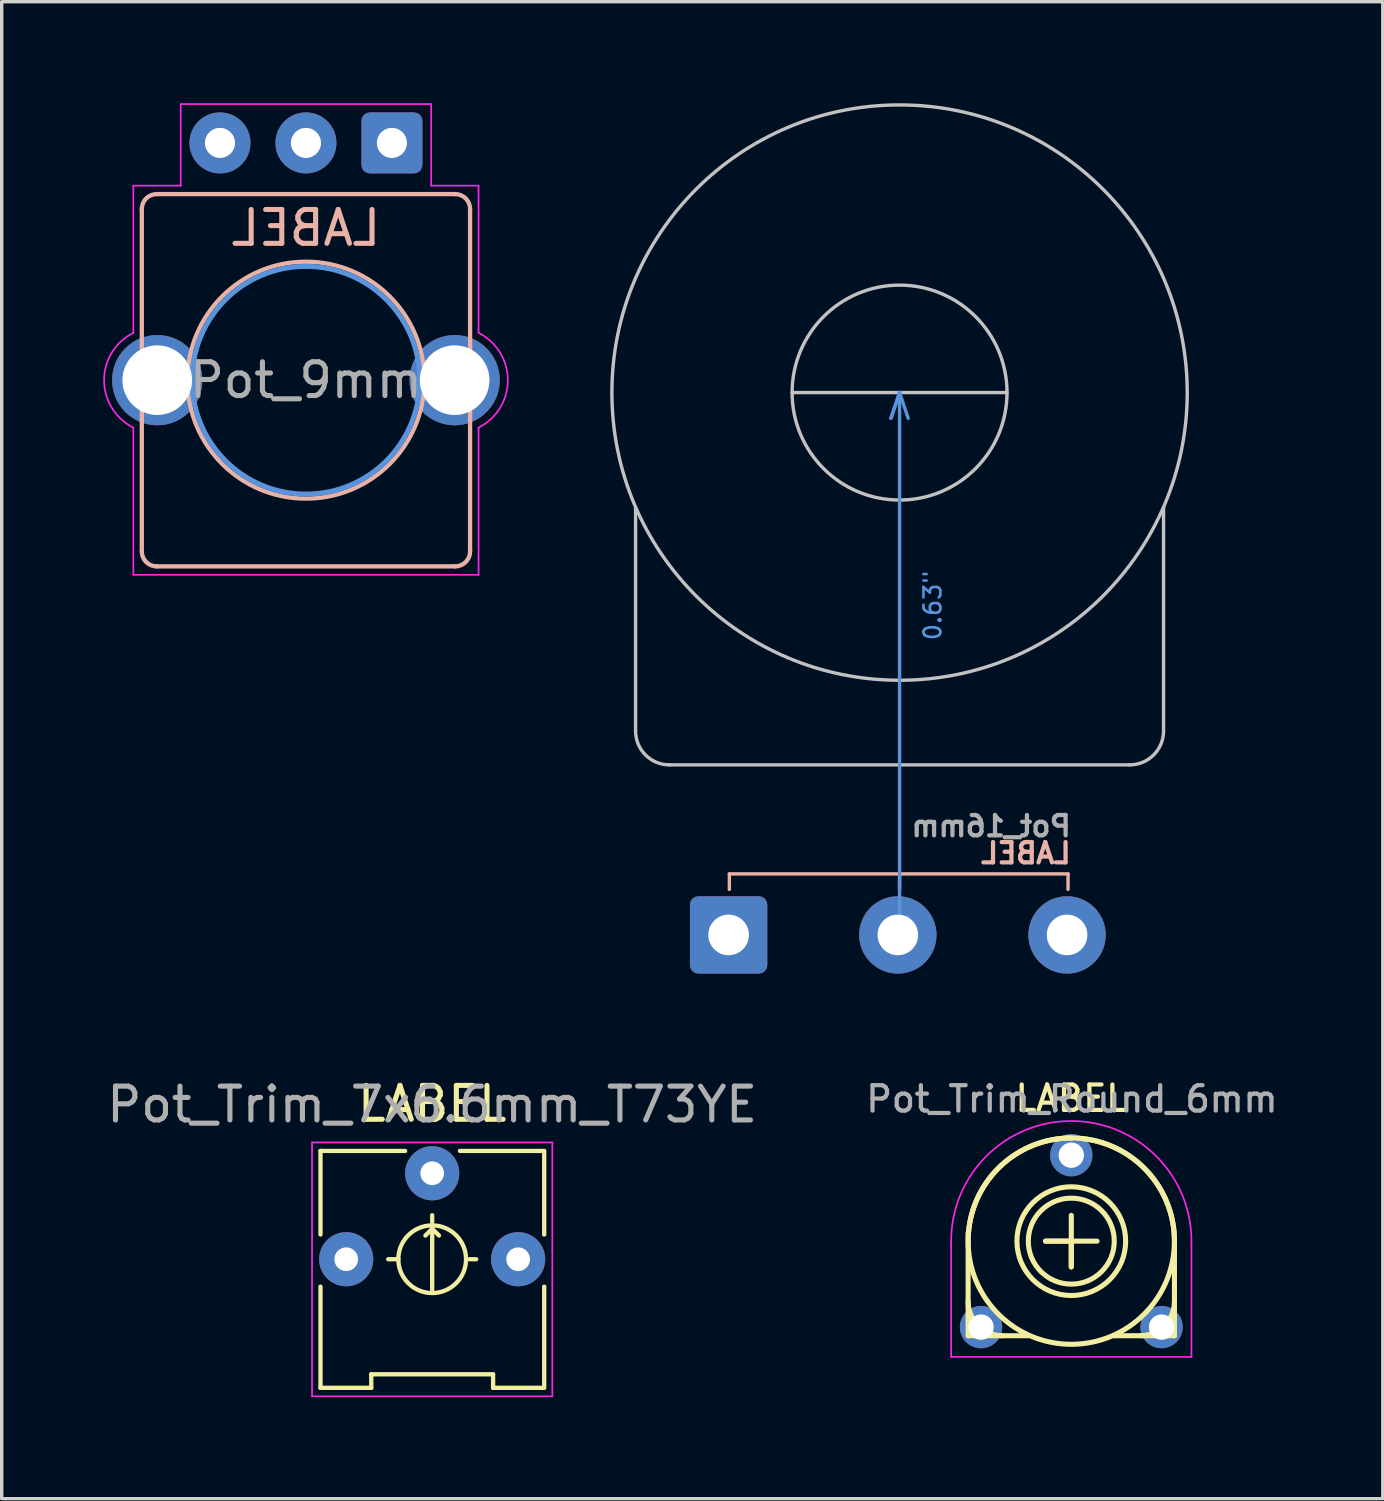
<source format=kicad_pcb>
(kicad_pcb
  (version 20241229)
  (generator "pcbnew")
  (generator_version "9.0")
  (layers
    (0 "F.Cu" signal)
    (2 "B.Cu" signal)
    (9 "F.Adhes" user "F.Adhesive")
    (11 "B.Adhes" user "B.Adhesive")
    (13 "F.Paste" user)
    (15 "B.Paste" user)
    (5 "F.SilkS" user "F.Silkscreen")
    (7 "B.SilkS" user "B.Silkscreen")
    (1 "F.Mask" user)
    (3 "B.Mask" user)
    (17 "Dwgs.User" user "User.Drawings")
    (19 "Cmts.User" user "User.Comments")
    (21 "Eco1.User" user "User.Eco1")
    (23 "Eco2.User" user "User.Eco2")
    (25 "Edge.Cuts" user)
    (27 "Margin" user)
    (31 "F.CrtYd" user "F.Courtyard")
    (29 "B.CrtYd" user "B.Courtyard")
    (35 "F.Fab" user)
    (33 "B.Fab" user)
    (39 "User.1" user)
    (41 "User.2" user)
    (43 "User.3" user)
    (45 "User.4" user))
  (footprint "Pot_Trim_7x6.6mm_T73YE"
    (layer "F.Cu")
    (at 9.72 34.157)
    (property "Reference" "Pot_Trim_7x6.6mm_T73YE" (at 0 -4.57 0) (layer "F.Fab") (effects (font (size 1 1) (thickness 0.15))))
    (property "Label" "LABEL" (at 0 -4.59 0) (layer "F.SilkS") (effects (font (size 1 1) (thickness 0.15))))
    (attr through_hole)
    (fp_line (start -3.3 -3.2) (end -3.3 -0.73) (stroke (width 0.127) (type solid)) (layer "F.SilkS"))
    (fp_line (start -3.3 0.81) (end -3.3 3.8) (stroke (width 0.127) (type solid)) (layer "F.SilkS"))
    (fp_line (start -3.3 3.8) (end -1.8 3.8) (stroke (width 0.127) (type solid)) (layer "F.SilkS"))
    (fp_line (start -1.8 3.4) (end 1.8 3.4) (stroke (width 0.127) (type solid)) (layer "F.SilkS"))
    (fp_line (start -1.8 3.8) (end -1.8 3.4) (stroke (width 0.127) (type solid)) (layer "F.SilkS"))
    (fp_line (start -1 0) (end -1.3 0) (stroke (width 0.127) (type solid)) (layer "F.SilkS"))
    (fp_line (start -0.8 -3.2) (end -3.3 -3.2) (stroke (width 0.127) (type solid)) (layer "F.SilkS"))
    (fp_line (start 0 -1.1) (end 0 -1.3) (stroke (width 0.127) (type solid)) (layer "F.SilkS"))
    (fp_line (start 0 -0.9) (end -0.2 -0.7) (stroke (width 0.127) (type solid)) (layer "F.SilkS"))
    (fp_line (start 0 -0.9) (end 0.2 -0.7) (stroke (width 0.127) (type solid)) (layer "F.SilkS"))
    (fp_line (start 0 0.9) (end 0 -0.9) (stroke (width 0.127) (type solid)) (layer "F.SilkS"))
    (fp_line (start 1.1 0) (end 1.3 0) (stroke (width 0.127) (type solid)) (layer "F.SilkS"))
    (fp_line (start 1.8 3.4) (end 1.8 3.8) (stroke (width 0.127) (type solid)) (layer "F.SilkS"))
    (fp_line (start 1.8 3.8) (end 3.3 3.8) (stroke (width 0.127) (type solid)) (layer "F.SilkS"))
    (fp_line (start 3.3 -3.2) (end 0.82 -3.2) (stroke (width 0.127) (type solid)) (layer "F.SilkS"))
    (fp_line (start 3.31 -3.2) (end 3.31 -0.73) (stroke (width 0.127) (type solid)) (layer "F.SilkS"))
    (fp_line (start 3.31 0.81) (end 3.31 3.8) (stroke (width 0.127) (type solid)) (layer "F.SilkS"))
    (fp_circle (center 0 0) (end 1 0) (stroke (width 0.127) (type solid)) (fill no) (layer "F.SilkS"))
    (fp_line (start -3.55 -3.45) (end -3.55 4.05) (stroke (width 0.05) (type solid)) (layer "F.CrtYd"))
    (fp_line (start -3.55 4.05) (end 3.55 4.05) (stroke (width 0.05) (type solid)) (layer "F.CrtYd"))
    (fp_line (start 3.55 -3.45) (end -3.55 -3.45) (stroke (width 0.05) (type solid)) (layer "F.CrtYd"))
    (fp_line (start 3.55 4.05) (end 3.55 -3.45) (stroke (width 0.05) (type solid)) (layer "F.CrtYd"))
    (pad "1" thru_hole circle (at -2.54 0) (size 1.6 1.6) (drill 0.7) (layers "*.Cu" "*.Mask"))
    (pad "2" thru_hole circle (at 0 -2.54) (size 1.6 1.6) (drill 0.7) (layers "*.Cu" "*.Mask"))
    (pad "3" thru_hole circle (at 2.54 0) (size 1.6 1.6) (drill 0.7) (layers "*.Cu" "*.Mask")))
  (footprint "Pot_Trim_Round_6mm"
    (layer "F.Cu")
    (at 28.604 33.623)
    (property "Reference" "Pot_Trim_Round_6mm" (at 0.02 -3.76 0) (layer "F.Fab") (effects (font (size 0.75 0.75) (thickness 0.125)) (justify bottom)))
    (property "Label" "LABEL" (at 0 -3.78 0) (layer "F.SilkS") (effects (font (size 0.75 0.75) (thickness 0.125)) (justify bottom)))
    (attr through_hole)
    (fp_line (start -3.048 2.794) (end -3.048 -0.254) (stroke (width 0.15) (type solid)) (layer "F.SilkS"))
    (fp_line (start -3.048 2.794) (end -1.27 2.794) (stroke (width 0.15) (type solid)) (layer "F.SilkS"))
    (fp_line (start -1.27 2.794) (end -1.27 2.794) (stroke (width 0.15) (type solid)) (layer "F.SilkS"))
    (fp_line (start -0.762 0) (end 0.762 0) (stroke (width 0.15) (type solid)) (layer "F.SilkS"))
    (fp_line (start 0 -0.762) (end 0 0.762) (stroke (width 0.15) (type solid)) (layer "F.SilkS"))
    (fp_line (start 0 0) (end -0.762 0) (stroke (width 0.15) (type solid)) (layer "F.SilkS"))
    (fp_line (start 0 0.762) (end 0 0) (stroke (width 0.15) (type solid)) (layer "F.SilkS"))
    (fp_line (start 1.27 2.794) (end 1.27 2.794) (stroke (width 0.15) (type solid)) (layer "F.SilkS"))
    (fp_line (start 3.048 0) (end 3.048 2.54) (stroke (width 0.15) (type solid)) (layer "F.SilkS"))
    (fp_line (start 3.048 2.54) (end 3.048 2.794) (stroke (width 0.15) (type solid)) (layer "F.SilkS"))
    (fp_line (start 3.048 2.794) (end 1.27 2.794) (stroke (width 0.15) (type solid)) (layer "F.SilkS"))
    (fp_arc (start -3.037471 -0.253123) (mid -2.063829 -2.242969) (end 0 -3.048) (stroke (width 0.15) (type solid)) (layer "F.SilkS"))
    (fp_arc (start -2.032 2.794) (mid -2.75042 2.49642) (end -3.048 1.778) (stroke (width 0.15) (type solid)) (layer "F.SilkS"))
    (fp_arc (start 0 -3.048) (mid 2.155261 -2.155261) (end 3.048 0) (stroke (width 0.15) (type solid)) (layer "F.SilkS"))
    (fp_arc (start 0.253123 -3.037471) (mid -0.126671 3.045366) (end 0 -3.048) (stroke (width 0.15) (type solid)) (layer "F.SilkS"))
    (fp_arc (start 3.048 1.778) (mid 2.75042 2.49642) (end 2.032 2.794) (stroke (width 0.15) (type solid)) (layer "F.SilkS"))
    (fp_circle (center 0 0) (end 0.508 1.524) (stroke (width 0.15) (type solid)) (fill no) (layer "F.SilkS"))
    (fp_circle (center 0 0) (end 0.762 1.016) (stroke (width 0.15) (type solid)) (fill no) (layer "F.SilkS"))
    (fp_line (start -3.55 3.42) (end -3.55 0) (stroke (width 0.05) (type solid)) (layer "F.CrtYd"))
    (fp_line (start -3.55 3.42) (end 3.55 3.42) (stroke (width 0.05) (type solid)) (layer "F.CrtYd"))
    (fp_line (start 3.55 3.42) (end 3.55 0) (stroke (width 0.05) (type solid)) (layer "F.CrtYd"))
    (fp_arc (start -3.55 0) (mid 0 -3.55) (end 3.55 0) (stroke (width 0.05) (type solid)) (layer "F.CrtYd"))
    (pad "1" thru_hole circle (at -2.667 2.54) (size 1.25 1.25) (drill 0.75) (layers "*.Cu" "*.Mask"))
    (pad "2" thru_hole circle (at 0 -2.54) (size 1.25 1.25) (drill 0.75) (layers "*.Cu" "*.Mask"))
    (pad "3" thru_hole circle (at 2.667 2.54) (size 1.25 1.25) (drill 0.75) (layers "*.Cu" "*.Mask")))
  (footprint "Pot_9mm"
    (layer "F.Cu")
    (at 5.99 8.185)
    (property "Reference" "Pot_9mm" (at -0.000163 -0.002 0) (layer "F.Fab") (effects (font (size 1 1) (thickness 0.15))))
    (property "Label" "LABEL" (at 0 -4.5 0) (layer "B.SilkS") (effects (font (size 1 1) (thickness 0.15)) (justify mirror)))
    (attr through_hole)
    (fp_line (start -4.85 -5.06) (end -4.85 5.06) (stroke (width 0.127) (type solid)) (layer "B.SilkS"))
    (fp_line (start -4.41 5.5) (end 4.41 5.5) (stroke (width 0.127) (type solid)) (layer "B.SilkS"))
    (fp_line (start 4.41 -5.5) (end -4.41 -5.5) (stroke (width 0.127) (type solid)) (layer "B.SilkS"))
    (fp_line (start 4.85 5.06) (end 4.85 -5.06) (stroke (width 0.127) (type solid)) (layer "B.SilkS"))
    (fp_arc (start -4.849887 -5.050018) (mid -4.724637 -5.367578) (end -4.41 -5.5) (stroke (width 0.127) (type solid)) (layer "B.SilkS"))
    (fp_arc (start -4.400018 5.499887) (mid -4.717578 5.374637) (end -4.85 5.06) (stroke (width 0.127) (type solid)) (layer "B.SilkS"))
    (fp_arc (start 4.400018 -5.499887) (mid 4.717577 -5.374636) (end 4.85 -5.06) (stroke (width 0.127) (type solid)) (layer "B.SilkS"))
    (fp_arc (start 4.849887 5.050018) (mid 4.724636 5.367577) (end 4.41 5.5) (stroke (width 0.127) (type solid)) (layer "B.SilkS"))
    (fp_circle (center -0.000163 -0.002) (end 3.5 -0.002) (stroke (width 0.127) (type solid)) (fill no) (layer "B.SilkS"))
    (fp_circle (center 0 0) (end -3.365 0) (stroke (width 0.15) (type solid)) (fill no) (layer "Cmts.User"))
    (fp_line (start -5.1 -5.75) (end -5.1 -1.4) (stroke (width 0.05) (type solid)) (layer "F.CrtYd"))
    (fp_line (start -5.1 1.4) (end -5.1 5.75) (stroke (width 0.05) (type solid)) (layer "F.CrtYd"))
    (fp_line (start -5.1 5.75) (end 5.1 5.75) (stroke (width 0.05) (type solid)) (layer "F.CrtYd"))
    (fp_line (start -3.7 -8.16) (end -3.7 -5.75) (stroke (width 0.05) (type solid)) (layer "F.CrtYd"))
    (fp_line (start -3.7 -5.75) (end -5.1 -5.75) (stroke (width 0.05) (type solid)) (layer "F.CrtYd"))
    (fp_line (start 3.7 -8.16) (end -3.7 -8.16) (stroke (width 0.05) (type solid)) (layer "F.CrtYd"))
    (fp_line (start 3.7 -5.75) (end 3.7 -8.16) (stroke (width 0.05) (type solid)) (layer "F.CrtYd"))
    (fp_line (start 5.1 -5.75) (end 3.7 -5.75) (stroke (width 0.05) (type solid)) (layer "F.CrtYd"))
    (fp_line (start 5.1 -1.4) (end 5.1 -5.75) (stroke (width 0.05) (type solid)) (layer "F.CrtYd"))
    (fp_line (start 5.1 5.75) (end 5.1 1.4) (stroke (width 0.05) (type solid)) (layer "F.CrtYd"))
    (fp_arc (start -5.099264 1.400368) (mid -5.965248 0.000411) (end -5.1 -1.4) (stroke (width 0.05) (type solid)) (layer "F.CrtYd"))
    (fp_arc (start 5.099264 -1.400368) (mid 5.965248 -0.000411) (end 5.1 1.4) (stroke (width 0.05) (type solid)) (layer "F.CrtYd"))
    (pad "1" thru_hole roundrect (at 2.54 -7.012 270) (size 1.803 1.803) (drill 0.889) (layers "*.Cu" "*.Mask") (roundrect_rratio 0.139))
    (pad "2" thru_hole circle (at -0.000163 -7.012 270) (size 1.803 1.803) (drill 0.889) (layers "*.Cu" "*.Mask"))
    (pad "3" thru_hole circle (at -2.54 -7.012 270) (size 1.803 1.803) (drill 0.889) (layers "*.Cu" "*.Mask"))
    (pad "4" thru_hole circle (at 4.394 -0.002) (size 2.667 2.667) (drill 2.057) (layers "*.Cu" "*.Mask"))
    (pad "5" thru_hole circle (at -4.394 -0.002) (size 2.667 2.667) (drill 2.057) (layers "*.Cu" "*.Mask")))
  (footprint "Pot_16mm"
    (layer "F.Cu")
    (at 23.53 8.55)
    (property "Reference" "Pot_16mm" (at 5.131 12.81 0) (unlocked yes) (layer "F.Fab") (effects (font (size 0.6 0.6) (thickness 0.125)) (justify left mirror)))
    (property "Label" "LABEL" (at 5.13 13.61 0) (layer "B.SilkS") (effects (font (size 0.6 0.6) (thickness 0.125)) (justify left mirror)))
    (attr through_hole)
    (fp_line (start -5.029 14.222) (end -5.029 14.679) (stroke (width 0.1) (type default)) (layer "B.SilkS"))
    (fp_line (start -5.029 14.222) (end 4.978 14.222) (stroke (width 0.1) (type default)) (layer "B.SilkS"))
    (fp_line (start 0 14.222) (end 0 14.679) (stroke (width 0.1) (type default)) (layer "B.SilkS"))
    (fp_line (start 4.978 14.222) (end 4.978 14.679) (stroke (width 0.1) (type default)) (layer "B.SilkS"))
    (fp_line (start -7.8 10) (end -7.8 3.4) (stroke (width 0.1) (type default)) (layer "Dwgs.User"))
    (fp_line (start 3.175 0) (end -3.175 0) (stroke (width 0.1) (type default)) (layer "Dwgs.User"))
    (fp_line (start 6.8 11) (end -6.8 11) (stroke (width 0.1) (type default)) (layer "Dwgs.User"))
    (fp_line (start 7.8 10) (end 7.8 3.4) (stroke (width 0.1) (type default)) (layer "Dwgs.User"))
    (fp_arc (start -6.8 11) (mid -7.507107 10.707107) (end -7.8 10) (stroke (width 0.1) (type default)) (layer "Dwgs.User"))
    (fp_arc (start 7.8 10) (mid 7.507107 10.707107) (end 6.8 11) (stroke (width 0.1) (type default)) (layer "Dwgs.User"))
    (fp_circle (center 0 0) (end 3.175 0) (stroke (width 0.1) (type default)) (fill no) (layer "Dwgs.User"))
    (fp_circle (center 0 0) (end 7.5 -4) (stroke (width 0.1) (type default)) (fill no) (layer "Dwgs.User"))
    (fp_line (start -0.254 0.76) (end 0 -0.002) (stroke (width 0.1) (type default)) (layer "Cmts.User"))
    (fp_line (start -0.254 15.492) (end 0 16) (stroke (width 0.1) (type default)) (layer "Cmts.User"))
    (fp_line (start 0 -0.002) (end -0.254 0.76) (stroke (width 0.1) (type default)) (layer "Cmts.User"))
    (fp_line (start 0 -0.002) (end 0 16) (stroke (width 0.1) (type default)) (layer "Cmts.User"))
    (fp_line (start 0 -0.002) (end 0.254 0.76) (stroke (width 0.1) (type default)) (layer "Cmts.User"))
    (fp_line (start 0 16) (end -0.254 15.492) (stroke (width 0.1) (type default)) (layer "Cmts.User"))
    (fp_line (start 0.254 15.492) (end 0 16) (stroke (width 0.1) (type default)) (layer "Cmts.User"))
    (fp_text user "0.63\"" (at 1.27 7.364 90) (unlocked yes) (layer "Cmts.User") (effects (font (size 0.5 0.5) (thickness 0.075)) (justify left bottom)))
    (pad "1" thru_hole roundrect (at -5.051 16.025 90) (size 2.286 2.286) (drill 1.2) (layers "*.Cu" "*.Mask") (roundrect_rratio 0.109))
    (pad "2" thru_hole circle (at -0.051 16.025 90) (size 2.286 2.286) (drill 1.2) (layers "*.Cu" "*.Mask"))
    (pad "3" thru_hole circle (at 4.949 16.025 90) (size 2.286 2.286) (drill 1.2) (layers "*.Cu" "*.Mask")))
  (gr_rect
    (start -3 -3)
    (end 37.808 41.232)
    (stroke (width 0.1) (type default))
    (fill no)
    (layer "Edge.Cuts")))
</source>
